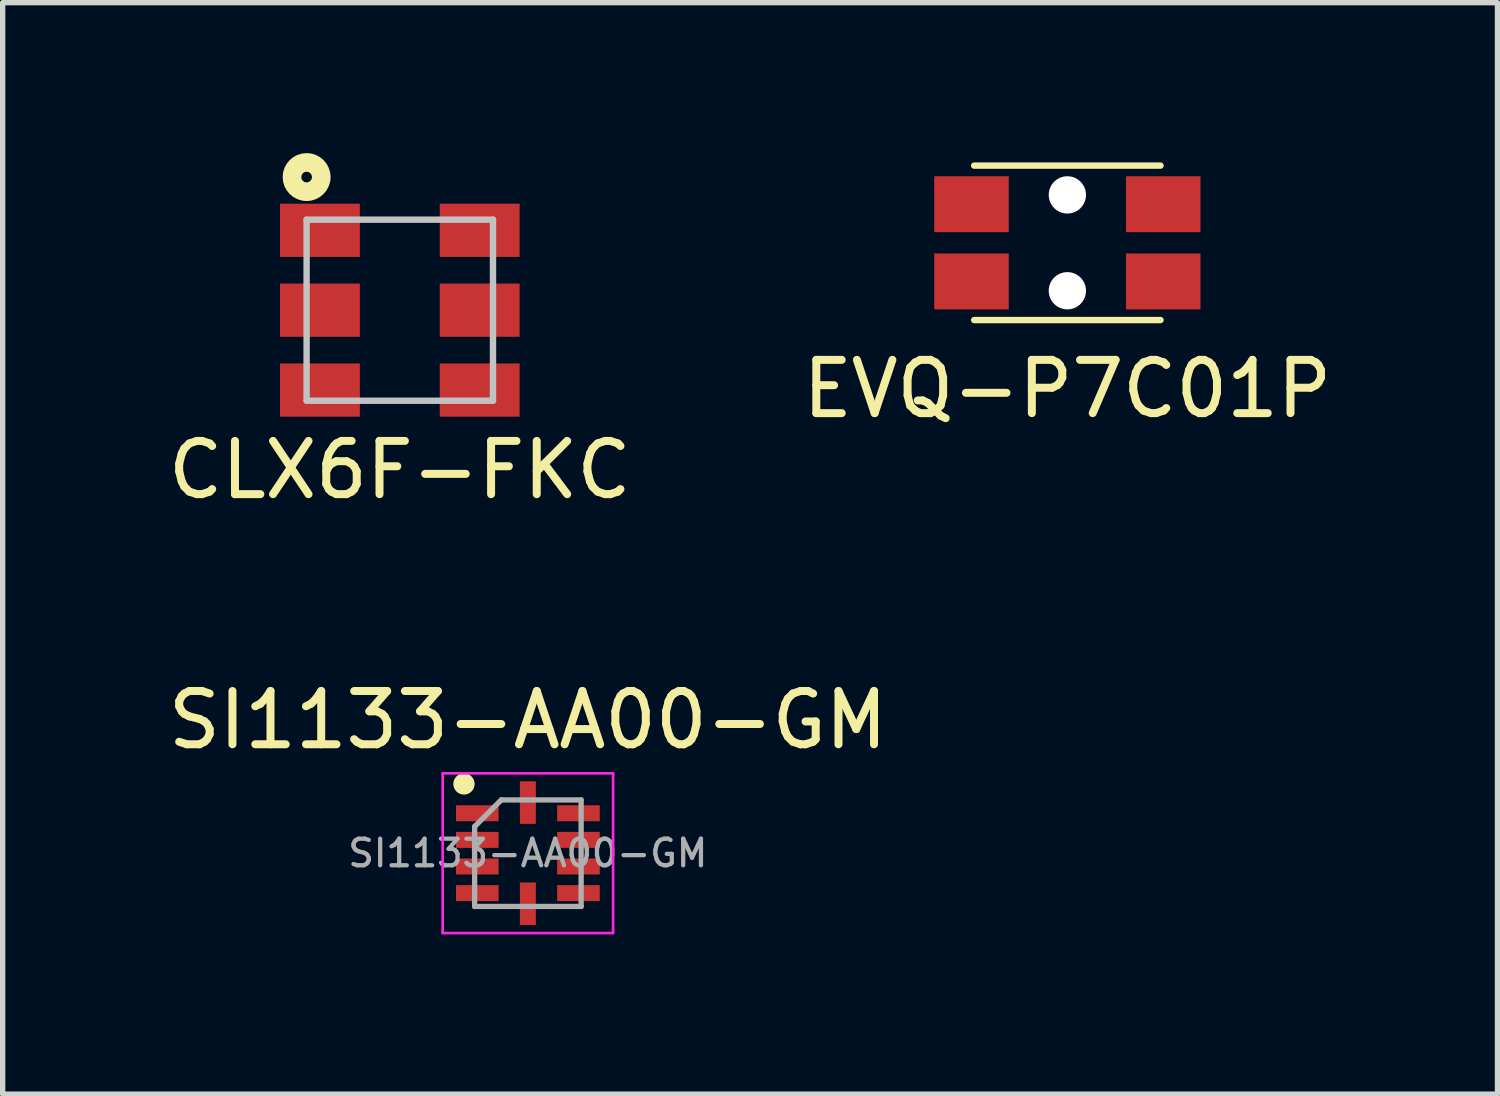
<source format=kicad_pcb>
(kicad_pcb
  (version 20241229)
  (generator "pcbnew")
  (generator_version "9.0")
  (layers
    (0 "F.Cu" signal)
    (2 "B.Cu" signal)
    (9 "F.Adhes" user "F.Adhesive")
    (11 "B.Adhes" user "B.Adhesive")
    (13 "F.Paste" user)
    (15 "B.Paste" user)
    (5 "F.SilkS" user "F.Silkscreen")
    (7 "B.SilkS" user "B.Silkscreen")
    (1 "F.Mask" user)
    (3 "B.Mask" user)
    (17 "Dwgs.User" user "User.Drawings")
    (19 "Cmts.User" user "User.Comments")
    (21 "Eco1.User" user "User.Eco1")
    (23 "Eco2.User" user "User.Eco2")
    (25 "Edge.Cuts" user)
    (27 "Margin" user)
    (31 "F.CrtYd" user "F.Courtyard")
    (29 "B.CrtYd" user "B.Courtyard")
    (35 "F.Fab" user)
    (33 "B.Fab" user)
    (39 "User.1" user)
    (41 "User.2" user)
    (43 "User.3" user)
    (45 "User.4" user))
  (footprint "EVQ-P7C01P"
    (layer "F.Cu")
    (at 16.994 1.51)
    (property "Reference" "EVQ-P7C01P" (at 0 2.743 0) (layer "F.SilkS") (effects (font (size 1 1) (thickness 0.15))))
    (attr through_hole)
    (fp_line (start -1.75 -1.45) (end 1.75 -1.45) (stroke (width 0.12) (type solid)) (layer "F.SilkS"))
    (fp_line (start -1.75 1.45) (end 1.75 1.45) (stroke (width 0.12) (type solid)) (layer "F.SilkS"))
    (pad "" np_thru_hole circle (at 0 -0.9) (size 0.7 0.7) (drill 0.7) (layers "*.Cu" "*.Mask"))
    (pad "" np_thru_hole circle (at 0 0.9) (size 0.7 0.7) (drill 0.7) (layers "*.Cu" "*.Mask"))
    (pad "1" smd rect (at -1.8 -0.725) (size 1.4 1.05) (layers "F.Cu" "F.Mask" "F.Paste"))
    (pad "1" smd rect (at 1.8 -0.725) (size 1.4 1.05) (layers "F.Cu" "F.Mask" "F.Paste"))
    (pad "2" smd rect (at -1.8 0.725) (size 1.4 1.05) (layers "F.Cu" "F.Mask" "F.Paste"))
    (pad "2" smd rect (at 1.8 0.725) (size 1.4 1.05) (layers "F.Cu" "F.Mask" "F.Paste")))
  (footprint "CLX6F-FKC"
    (layer "F.Cu")
    (at 4.458 2.775)
    (property "Reference" "CLX6F-FKC" (at 0 3 0) (layer "F.SilkS") (effects (font (size 1 1) (thickness 0.15))))
    (attr through_hole)
    (fp_circle (center -1.75 -2.5) (end -1.65 -2.5) (stroke (width 0.35) (type solid)) (fill no) (layer "F.SilkS"))
    (fp_line (start -1.75 -1.7) (end -1.75 1.7) (stroke (width 0.12) (type solid)) (layer "Dwgs.User"))
    (fp_line (start -1.75 -1.7) (end 1.75 -1.7) (stroke (width 0.12) (type solid)) (layer "Dwgs.User"))
    (fp_line (start -1.75 1.7) (end 1.75 1.7) (stroke (width 0.12) (type solid)) (layer "Dwgs.User"))
    (fp_line (start 1.75 1.7) (end 1.75 -1.7) (stroke (width 0.12) (type solid)) (layer "Dwgs.User"))
    (pad "1" smd rect (at -1.5 -1.5) (size 1.5 1) (layers "F.Cu" "F.Mask" "F.Paste"))
    (pad "2" smd rect (at -1.5 0) (size 1.5 1) (layers "F.Cu" "F.Mask" "F.Paste"))
    (pad "3" smd rect (at -1.5 1.5) (size 1.5 1) (layers "F.Cu" "F.Mask" "F.Paste"))
    (pad "4" smd rect (at 1.5 1.5) (size 1.5 1) (layers "F.Cu" "F.Mask" "F.Paste"))
    (pad "5" smd rect (at 1.5 0) (size 1.5 1) (layers "F.Cu" "F.Mask" "F.Paste"))
    (pad "6" smd rect (at 1.5 -1.5) (size 1.5 1) (layers "F.Cu" "F.Mask" "F.Paste")))
  (footprint "SI1133-AA00-GM"
    (layer "F.Cu")
    (at 6.863 12.972)
    (property "Reference" "SI1133-AA00-GM" (at 0 -2.5 0) (layer "F.SilkS") (effects (font (size 1 1) (thickness 0.15))))
    (attr smd)
    (fp_circle (center -1.2 -1.3) (end -1.1 -1.3) (stroke (width 0.2) (type solid)) (fill no) (layer "F.SilkS"))
    (fp_line (start -1.6 -1.5) (end -1.6 1.5) (stroke (width 0.05) (type solid)) (layer "F.CrtYd"))
    (fp_line (start -1.6 1.5) (end 1.6 1.5) (stroke (width 0.05) (type solid)) (layer "F.CrtYd"))
    (fp_line (start 1.6 -1.5) (end -1.6 -1.5) (stroke (width 0.05) (type solid)) (layer "F.CrtYd"))
    (fp_line (start 1.6 1.5) (end 1.6 -1.5) (stroke (width 0.05) (type solid)) (layer "F.CrtYd"))
    (fp_line (start -1 -0.5) (end -0.5 -1) (stroke (width 0.1) (type solid)) (layer "F.Fab"))
    (fp_line (start -1 1) (end -1 -0.5) (stroke (width 0.1) (type solid)) (layer "F.Fab"))
    (fp_line (start -0.5 -1) (end 1 -1) (stroke (width 0.1) (type solid)) (layer "F.Fab"))
    (fp_line (start 1 -1) (end 1 1) (stroke (width 0.1) (type solid)) (layer "F.Fab"))
    (fp_line (start 1 1) (end -1 1) (stroke (width 0.1) (type solid)) (layer "F.Fab"))
    (fp_text user "${REFERENCE}" (at 0 0 0) (layer "F.Fab") (effects (font (size 0.5 0.5) (thickness 0.08))))
    (pad "1" smd rect (at -0.95 -0.75) (size 0.8 0.3) (layers "F.Cu" "F.Mask" "F.Paste"))
    (pad "2" smd rect (at -0.95 -0.25) (size 0.8 0.3) (layers "F.Cu" "F.Mask" "F.Paste"))
    (pad "3" smd rect (at -0.95 0.25) (size 0.8 0.3) (layers "F.Cu" "F.Mask" "F.Paste"))
    (pad "4" smd rect (at -0.95 0.75) (size 0.8 0.3) (layers "F.Cu" "F.Mask" "F.Paste"))
    (pad "5" smd rect (at 0 0.95) (size 0.3 0.8) (layers "F.Cu" "F.Mask" "F.Paste"))
    (pad "6" smd rect (at 0.95 0.75) (size 0.8 0.3) (layers "F.Cu" "F.Mask" "F.Paste"))
    (pad "7" smd rect (at 0.95 0.25) (size 0.8 0.3) (layers "F.Cu" "F.Mask" "F.Paste"))
    (pad "8" smd rect (at 0.95 -0.25) (size 0.8 0.3) (layers "F.Cu" "F.Mask" "F.Paste"))
    (pad "9" smd rect (at 0.95 -0.75) (size 0.8 0.3) (layers "F.Cu" "F.Mask" "F.Paste"))
    (pad "10" smd rect (at 0 -0.95) (size 0.3 0.8) (layers "F.Cu" "F.Mask" "F.Paste")))
  (gr_rect
    (start -3 -3)
    (end 25.071 17.497)
    (stroke (width 0.1) (type default))
    (fill no)
    (layer "Edge.Cuts")))
</source>
